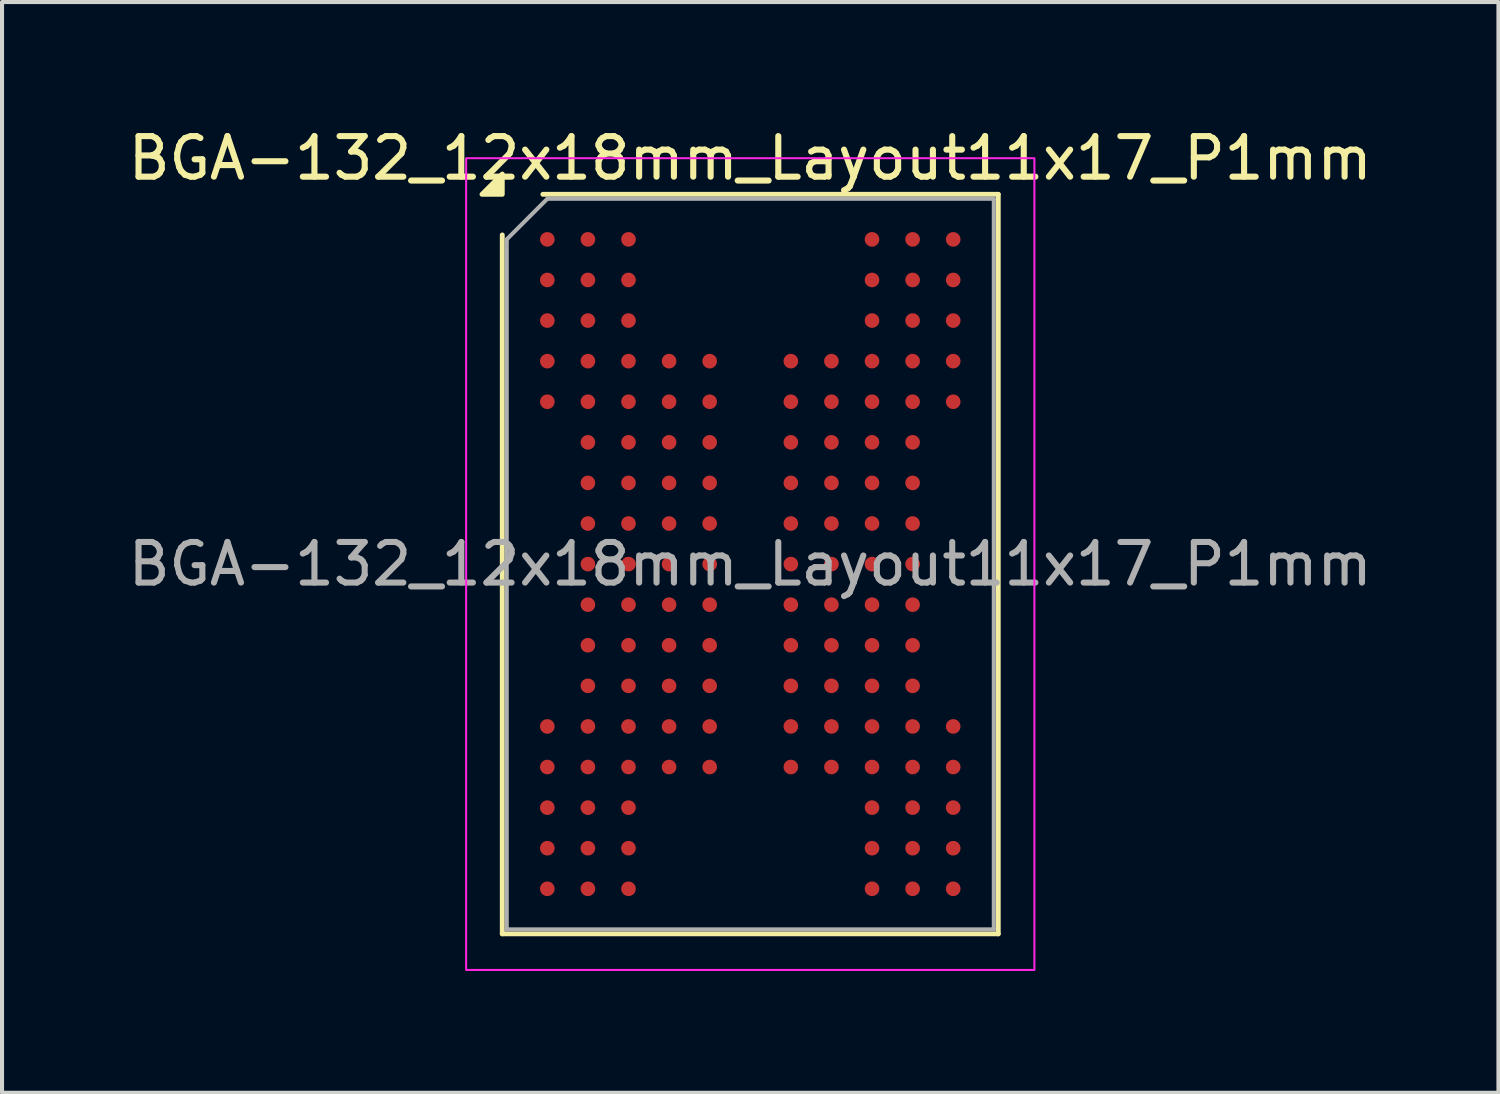
<source format=kicad_pcb>
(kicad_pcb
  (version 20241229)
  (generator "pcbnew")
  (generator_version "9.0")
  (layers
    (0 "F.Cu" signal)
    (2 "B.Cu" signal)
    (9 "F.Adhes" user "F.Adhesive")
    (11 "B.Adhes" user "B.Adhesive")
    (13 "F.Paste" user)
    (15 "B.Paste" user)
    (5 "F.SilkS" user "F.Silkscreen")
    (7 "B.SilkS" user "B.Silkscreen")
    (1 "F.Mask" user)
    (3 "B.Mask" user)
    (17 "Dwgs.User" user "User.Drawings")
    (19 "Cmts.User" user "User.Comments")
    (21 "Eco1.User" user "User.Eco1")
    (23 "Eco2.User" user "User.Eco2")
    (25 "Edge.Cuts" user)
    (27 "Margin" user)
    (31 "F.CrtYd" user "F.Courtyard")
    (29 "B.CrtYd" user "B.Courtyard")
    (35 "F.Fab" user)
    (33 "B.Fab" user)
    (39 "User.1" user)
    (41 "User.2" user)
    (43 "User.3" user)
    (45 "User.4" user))
  (footprint "BGA-132_12x18mm_Layout11x17_P1mm"
    (layer "F.Cu")
    (at 15.435 10.848)
    (property "Reference" "BGA-132_12x18mm_Layout11x17_P1mm" (at 0 -10 0) (layer "F.SilkS") (effects (font (size 1 1) (thickness 0.15))))
    (attr smd)
    (fp_line (start -6.11 9.11) (end -6.11 -8.11) (stroke (width 0.12) (type solid)) (layer "F.SilkS"))
    (fp_line (start -5.11 -9.11) (end 6.11 -9.11) (stroke (width 0.12) (type solid)) (layer "F.SilkS"))
    (fp_line (start 6.11 -9.11) (end 6.11 9.11) (stroke (width 0.12) (type solid)) (layer "F.SilkS"))
    (fp_line (start 6.11 9.11) (end -6.11 9.11) (stroke (width 0.12) (type solid)) (layer "F.SilkS"))
    (fp_poly (pts (xy -6.11 -9.11) (xy -6.61 -9.11) (xy -6.11 -9.61)) (stroke (width 0.12) (type solid)) (fill yes) (layer "F.SilkS"))
    (fp_rect (start -7 -10) (end 7 10) (stroke (width 0.05) (type solid)) (fill no) (layer "F.CrtYd"))
    (fp_line (start -6 -8) (end -5 -9) (stroke (width 0.1) (type solid)) (layer "F.Fab"))
    (fp_line (start -6 9) (end -6 -8) (stroke (width 0.1) (type solid)) (layer "F.Fab"))
    (fp_line (start -5 -9) (end 6 -9) (stroke (width 0.1) (type solid)) (layer "F.Fab"))
    (fp_line (start 6 -9) (end 6 9) (stroke (width 0.1) (type solid)) (layer "F.Fab"))
    (fp_line (start 6 9) (end -6 9) (stroke (width 0.1) (type solid)) (layer "F.Fab"))
    (fp_text user "${REFERENCE}" (at 0 0 0) (layer "F.Fab") (effects (font (size 1 1) (thickness 0.15))))
    (pad "A1" smd circle (at -5 -8) (size 0.36 0.36) (property pad_prop_bga) (layers "F.Cu" "F.Mask" "F.Paste"))
    (pad "A2" smd circle (at -4 -8) (size 0.36 0.36) (property pad_prop_bga) (layers "F.Cu" "F.Mask" "F.Paste"))
    (pad "A3" smd circle (at -3 -8) (size 0.36 0.36) (property pad_prop_bga) (layers "F.Cu" "F.Mask" "F.Paste"))
    (pad "A9" smd circle (at 3 -8) (size 0.36 0.36) (property pad_prop_bga) (layers "F.Cu" "F.Mask" "F.Paste"))
    (pad "A10" smd circle (at 4 -8) (size 0.36 0.36) (property pad_prop_bga) (layers "F.Cu" "F.Mask" "F.Paste"))
    (pad "A11" smd circle (at 5 -8) (size 0.36 0.36) (property pad_prop_bga) (layers "F.Cu" "F.Mask" "F.Paste"))
    (pad "B1" smd circle (at -5 -7) (size 0.36 0.36) (property pad_prop_bga) (layers "F.Cu" "F.Mask" "F.Paste"))
    (pad "B2" smd circle (at -4 -7) (size 0.36 0.36) (property pad_prop_bga) (layers "F.Cu" "F.Mask" "F.Paste"))
    (pad "B3" smd circle (at -3 -7) (size 0.36 0.36) (property pad_prop_bga) (layers "F.Cu" "F.Mask" "F.Paste"))
    (pad "B9" smd circle (at 3 -7) (size 0.36 0.36) (property pad_prop_bga) (layers "F.Cu" "F.Mask" "F.Paste"))
    (pad "B10" smd circle (at 4 -7) (size 0.36 0.36) (property pad_prop_bga) (layers "F.Cu" "F.Mask" "F.Paste"))
    (pad "B11" smd circle (at 5 -7) (size 0.36 0.36) (property pad_prop_bga) (layers "F.Cu" "F.Mask" "F.Paste"))
    (pad "C1" smd circle (at -5 -6) (size 0.36 0.36) (property pad_prop_bga) (layers "F.Cu" "F.Mask" "F.Paste"))
    (pad "C2" smd circle (at -4 -6) (size 0.36 0.36) (property pad_prop_bga) (layers "F.Cu" "F.Mask" "F.Paste"))
    (pad "C3" smd circle (at -3 -6) (size 0.36 0.36) (property pad_prop_bga) (layers "F.Cu" "F.Mask" "F.Paste"))
    (pad "C9" smd circle (at 3 -6) (size 0.36 0.36) (property pad_prop_bga) (layers "F.Cu" "F.Mask" "F.Paste"))
    (pad "C10" smd circle (at 4 -6) (size 0.36 0.36) (property pad_prop_bga) (layers "F.Cu" "F.Mask" "F.Paste"))
    (pad "C11" smd circle (at 5 -6) (size 0.36 0.36) (property pad_prop_bga) (layers "F.Cu" "F.Mask" "F.Paste"))
    (pad "D1" smd circle (at -5 -5) (size 0.36 0.36) (property pad_prop_bga) (layers "F.Cu" "F.Mask" "F.Paste"))
    (pad "D2" smd circle (at -4 -5) (size 0.36 0.36) (property pad_prop_bga) (layers "F.Cu" "F.Mask" "F.Paste"))
    (pad "D3" smd circle (at -3 -5) (size 0.36 0.36) (property pad_prop_bga) (layers "F.Cu" "F.Mask" "F.Paste"))
    (pad "D4" smd circle (at -2 -5) (size 0.36 0.36) (property pad_prop_bga) (layers "F.Cu" "F.Mask" "F.Paste"))
    (pad "D5" smd circle (at -1 -5) (size 0.36 0.36) (property pad_prop_bga) (layers "F.Cu" "F.Mask" "F.Paste"))
    (pad "D7" smd circle (at 1 -5) (size 0.36 0.36) (property pad_prop_bga) (layers "F.Cu" "F.Mask" "F.Paste"))
    (pad "D8" smd circle (at 2 -5) (size 0.36 0.36) (property pad_prop_bga) (layers "F.Cu" "F.Mask" "F.Paste"))
    (pad "D9" smd circle (at 3 -5) (size 0.36 0.36) (property pad_prop_bga) (layers "F.Cu" "F.Mask" "F.Paste"))
    (pad "D10" smd circle (at 4 -5) (size 0.36 0.36) (property pad_prop_bga) (layers "F.Cu" "F.Mask" "F.Paste"))
    (pad "D11" smd circle (at 5 -5) (size 0.36 0.36) (property pad_prop_bga) (layers "F.Cu" "F.Mask" "F.Paste"))
    (pad "E1" smd circle (at -5 -4) (size 0.36 0.36) (property pad_prop_bga) (layers "F.Cu" "F.Mask" "F.Paste"))
    (pad "E2" smd circle (at -4 -4) (size 0.36 0.36) (property pad_prop_bga) (layers "F.Cu" "F.Mask" "F.Paste"))
    (pad "E3" smd circle (at -3 -4) (size 0.36 0.36) (property pad_prop_bga) (layers "F.Cu" "F.Mask" "F.Paste"))
    (pad "E4" smd circle (at -2 -4) (size 0.36 0.36) (property pad_prop_bga) (layers "F.Cu" "F.Mask" "F.Paste"))
    (pad "E5" smd circle (at -1 -4) (size 0.36 0.36) (property pad_prop_bga) (layers "F.Cu" "F.Mask" "F.Paste"))
    (pad "E7" smd circle (at 1 -4) (size 0.36 0.36) (property pad_prop_bga) (layers "F.Cu" "F.Mask" "F.Paste"))
    (pad "E8" smd circle (at 2 -4) (size 0.36 0.36) (property pad_prop_bga) (layers "F.Cu" "F.Mask" "F.Paste"))
    (pad "E9" smd circle (at 3 -4) (size 0.36 0.36) (property pad_prop_bga) (layers "F.Cu" "F.Mask" "F.Paste"))
    (pad "E10" smd circle (at 4 -4) (size 0.36 0.36) (property pad_prop_bga) (layers "F.Cu" "F.Mask" "F.Paste"))
    (pad "E11" smd circle (at 5 -4) (size 0.36 0.36) (property pad_prop_bga) (layers "F.Cu" "F.Mask" "F.Paste"))
    (pad "F2" smd circle (at -4 -3) (size 0.36 0.36) (property pad_prop_bga) (layers "F.Cu" "F.Mask" "F.Paste"))
    (pad "F3" smd circle (at -3 -3) (size 0.36 0.36) (property pad_prop_bga) (layers "F.Cu" "F.Mask" "F.Paste"))
    (pad "F4" smd circle (at -2 -3) (size 0.36 0.36) (property pad_prop_bga) (layers "F.Cu" "F.Mask" "F.Paste"))
    (pad "F5" smd circle (at -1 -3) (size 0.36 0.36) (property pad_prop_bga) (layers "F.Cu" "F.Mask" "F.Paste"))
    (pad "F7" smd circle (at 1 -3) (size 0.36 0.36) (property pad_prop_bga) (layers "F.Cu" "F.Mask" "F.Paste"))
    (pad "F8" smd circle (at 2 -3) (size 0.36 0.36) (property pad_prop_bga) (layers "F.Cu" "F.Mask" "F.Paste"))
    (pad "F9" smd circle (at 3 -3) (size 0.36 0.36) (property pad_prop_bga) (layers "F.Cu" "F.Mask" "F.Paste"))
    (pad "F10" smd circle (at 4 -3) (size 0.36 0.36) (property pad_prop_bga) (layers "F.Cu" "F.Mask" "F.Paste"))
    (pad "G2" smd circle (at -4 -2) (size 0.36 0.36) (property pad_prop_bga) (layers "F.Cu" "F.Mask" "F.Paste"))
    (pad "G3" smd circle (at -3 -2) (size 0.36 0.36) (property pad_prop_bga) (layers "F.Cu" "F.Mask" "F.Paste"))
    (pad "G4" smd circle (at -2 -2) (size 0.36 0.36) (property pad_prop_bga) (layers "F.Cu" "F.Mask" "F.Paste"))
    (pad "G5" smd circle (at -1 -2) (size 0.36 0.36) (property pad_prop_bga) (layers "F.Cu" "F.Mask" "F.Paste"))
    (pad "G7" smd circle (at 1 -2) (size 0.36 0.36) (property pad_prop_bga) (layers "F.Cu" "F.Mask" "F.Paste"))
    (pad "G8" smd circle (at 2 -2) (size 0.36 0.36) (property pad_prop_bga) (layers "F.Cu" "F.Mask" "F.Paste"))
    (pad "G9" smd circle (at 3 -2) (size 0.36 0.36) (property pad_prop_bga) (layers "F.Cu" "F.Mask" "F.Paste"))
    (pad "G10" smd circle (at 4 -2) (size 0.36 0.36) (property pad_prop_bga) (layers "F.Cu" "F.Mask" "F.Paste"))
    (pad "H2" smd circle (at -4 -1) (size 0.36 0.36) (property pad_prop_bga) (layers "F.Cu" "F.Mask" "F.Paste"))
    (pad "H3" smd circle (at -3 -1) (size 0.36 0.36) (property pad_prop_bga) (layers "F.Cu" "F.Mask" "F.Paste"))
    (pad "H4" smd circle (at -2 -1) (size 0.36 0.36) (property pad_prop_bga) (layers "F.Cu" "F.Mask" "F.Paste"))
    (pad "H5" smd circle (at -1 -1) (size 0.36 0.36) (property pad_prop_bga) (layers "F.Cu" "F.Mask" "F.Paste"))
    (pad "H7" smd circle (at 1 -1) (size 0.36 0.36) (property pad_prop_bga) (layers "F.Cu" "F.Mask" "F.Paste"))
    (pad "H8" smd circle (at 2 -1) (size 0.36 0.36) (property pad_prop_bga) (layers "F.Cu" "F.Mask" "F.Paste"))
    (pad "H9" smd circle (at 3 -1) (size 0.36 0.36) (property pad_prop_bga) (layers "F.Cu" "F.Mask" "F.Paste"))
    (pad "H10" smd circle (at 4 -1) (size 0.36 0.36) (property pad_prop_bga) (layers "F.Cu" "F.Mask" "F.Paste"))
    (pad "J2" smd circle (at -4 0) (size 0.36 0.36) (property pad_prop_bga) (layers "F.Cu" "F.Mask" "F.Paste"))
    (pad "J3" smd circle (at -3 0) (size 0.36 0.36) (property pad_prop_bga) (layers "F.Cu" "F.Mask" "F.Paste"))
    (pad "J4" smd circle (at -2 0) (size 0.36 0.36) (property pad_prop_bga) (layers "F.Cu" "F.Mask" "F.Paste"))
    (pad "J5" smd circle (at -1 0) (size 0.36 0.36) (property pad_prop_bga) (layers "F.Cu" "F.Mask" "F.Paste"))
    (pad "J7" smd circle (at 1 0) (size 0.36 0.36) (property pad_prop_bga) (layers "F.Cu" "F.Mask" "F.Paste"))
    (pad "J8" smd circle (at 2 0) (size 0.36 0.36) (property pad_prop_bga) (layers "F.Cu" "F.Mask" "F.Paste"))
    (pad "J9" smd circle (at 3 0) (size 0.36 0.36) (property pad_prop_bga) (layers "F.Cu" "F.Mask" "F.Paste"))
    (pad "J10" smd circle (at 4 0) (size 0.36 0.36) (property pad_prop_bga) (layers "F.Cu" "F.Mask" "F.Paste"))
    (pad "K2" smd circle (at -4 1) (size 0.36 0.36) (property pad_prop_bga) (layers "F.Cu" "F.Mask" "F.Paste"))
    (pad "K3" smd circle (at -3 1) (size 0.36 0.36) (property pad_prop_bga) (layers "F.Cu" "F.Mask" "F.Paste"))
    (pad "K4" smd circle (at -2 1) (size 0.36 0.36) (property pad_prop_bga) (layers "F.Cu" "F.Mask" "F.Paste"))
    (pad "K5" smd circle (at -1 1) (size 0.36 0.36) (property pad_prop_bga) (layers "F.Cu" "F.Mask" "F.Paste"))
    (pad "K7" smd circle (at 1 1) (size 0.36 0.36) (property pad_prop_bga) (layers "F.Cu" "F.Mask" "F.Paste"))
    (pad "K8" smd circle (at 2 1) (size 0.36 0.36) (property pad_prop_bga) (layers "F.Cu" "F.Mask" "F.Paste"))
    (pad "K9" smd circle (at 3 1) (size 0.36 0.36) (property pad_prop_bga) (layers "F.Cu" "F.Mask" "F.Paste"))
    (pad "K10" smd circle (at 4 1) (size 0.36 0.36) (property pad_prop_bga) (layers "F.Cu" "F.Mask" "F.Paste"))
    (pad "L2" smd circle (at -4 2) (size 0.36 0.36) (property pad_prop_bga) (layers "F.Cu" "F.Mask" "F.Paste"))
    (pad "L3" smd circle (at -3 2) (size 0.36 0.36) (property pad_prop_bga) (layers "F.Cu" "F.Mask" "F.Paste"))
    (pad "L4" smd circle (at -2 2) (size 0.36 0.36) (property pad_prop_bga) (layers "F.Cu" "F.Mask" "F.Paste"))
    (pad "L5" smd circle (at -1 2) (size 0.36 0.36) (property pad_prop_bga) (layers "F.Cu" "F.Mask" "F.Paste"))
    (pad "L7" smd circle (at 1 2) (size 0.36 0.36) (property pad_prop_bga) (layers "F.Cu" "F.Mask" "F.Paste"))
    (pad "L8" smd circle (at 2 2) (size 0.36 0.36) (property pad_prop_bga) (layers "F.Cu" "F.Mask" "F.Paste"))
    (pad "L9" smd circle (at 3 2) (size 0.36 0.36) (property pad_prop_bga) (layers "F.Cu" "F.Mask" "F.Paste"))
    (pad "L10" smd circle (at 4 2) (size 0.36 0.36) (property pad_prop_bga) (layers "F.Cu" "F.Mask" "F.Paste"))
    (pad "M2" smd circle (at -4 3) (size 0.36 0.36) (property pad_prop_bga) (layers "F.Cu" "F.Mask" "F.Paste"))
    (pad "M3" smd circle (at -3 3) (size 0.36 0.36) (property pad_prop_bga) (layers "F.Cu" "F.Mask" "F.Paste"))
    (pad "M4" smd circle (at -2 3) (size 0.36 0.36) (property pad_prop_bga) (layers "F.Cu" "F.Mask" "F.Paste"))
    (pad "M5" smd circle (at -1 3) (size 0.36 0.36) (property pad_prop_bga) (layers "F.Cu" "F.Mask" "F.Paste"))
    (pad "M7" smd circle (at 1 3) (size 0.36 0.36) (property pad_prop_bga) (layers "F.Cu" "F.Mask" "F.Paste"))
    (pad "M8" smd circle (at 2 3) (size 0.36 0.36) (property pad_prop_bga) (layers "F.Cu" "F.Mask" "F.Paste"))
    (pad "M9" smd circle (at 3 3) (size 0.36 0.36) (property pad_prop_bga) (layers "F.Cu" "F.Mask" "F.Paste"))
    (pad "M10" smd circle (at 4 3) (size 0.36 0.36) (property pad_prop_bga) (layers "F.Cu" "F.Mask" "F.Paste"))
    (pad "N1" smd circle (at -5 4) (size 0.36 0.36) (property pad_prop_bga) (layers "F.Cu" "F.Mask" "F.Paste"))
    (pad "N2" smd circle (at -4 4) (size 0.36 0.36) (property pad_prop_bga) (layers "F.Cu" "F.Mask" "F.Paste"))
    (pad "N3" smd circle (at -3 4) (size 0.36 0.36) (property pad_prop_bga) (layers "F.Cu" "F.Mask" "F.Paste"))
    (pad "N4" smd circle (at -2 4) (size 0.36 0.36) (property pad_prop_bga) (layers "F.Cu" "F.Mask" "F.Paste"))
    (pad "N5" smd circle (at -1 4) (size 0.36 0.36) (property pad_prop_bga) (layers "F.Cu" "F.Mask" "F.Paste"))
    (pad "N7" smd circle (at 1 4) (size 0.36 0.36) (property pad_prop_bga) (layers "F.Cu" "F.Mask" "F.Paste"))
    (pad "N8" smd circle (at 2 4) (size 0.36 0.36) (property pad_prop_bga) (layers "F.Cu" "F.Mask" "F.Paste"))
    (pad "N9" smd circle (at 3 4) (size 0.36 0.36) (property pad_prop_bga) (layers "F.Cu" "F.Mask" "F.Paste"))
    (pad "N10" smd circle (at 4 4) (size 0.36 0.36) (property pad_prop_bga) (layers "F.Cu" "F.Mask" "F.Paste"))
    (pad "N11" smd circle (at 5 4) (size 0.36 0.36) (property pad_prop_bga) (layers "F.Cu" "F.Mask" "F.Paste"))
    (pad "P1" smd circle (at -5 5) (size 0.36 0.36) (property pad_prop_bga) (layers "F.Cu" "F.Mask" "F.Paste"))
    (pad "P2" smd circle (at -4 5) (size 0.36 0.36) (property pad_prop_bga) (layers "F.Cu" "F.Mask" "F.Paste"))
    (pad "P3" smd circle (at -3 5) (size 0.36 0.36) (property pad_prop_bga) (layers "F.Cu" "F.Mask" "F.Paste"))
    (pad "P4" smd circle (at -2 5) (size 0.36 0.36) (property pad_prop_bga) (layers "F.Cu" "F.Mask" "F.Paste"))
    (pad "P5" smd circle (at -1 5) (size 0.36 0.36) (property pad_prop_bga) (layers "F.Cu" "F.Mask" "F.Paste"))
    (pad "P7" smd circle (at 1 5) (size 0.36 0.36) (property pad_prop_bga) (layers "F.Cu" "F.Mask" "F.Paste"))
    (pad "P8" smd circle (at 2 5) (size 0.36 0.36) (property pad_prop_bga) (layers "F.Cu" "F.Mask" "F.Paste"))
    (pad "P9" smd circle (at 3 5) (size 0.36 0.36) (property pad_prop_bga) (layers "F.Cu" "F.Mask" "F.Paste"))
    (pad "P10" smd circle (at 4 5) (size 0.36 0.36) (property pad_prop_bga) (layers "F.Cu" "F.Mask" "F.Paste"))
    (pad "P11" smd circle (at 5 5) (size 0.36 0.36) (property pad_prop_bga) (layers "F.Cu" "F.Mask" "F.Paste"))
    (pad "R1" smd circle (at -5 6) (size 0.36 0.36) (property pad_prop_bga) (layers "F.Cu" "F.Mask" "F.Paste"))
    (pad "R2" smd circle (at -4 6) (size 0.36 0.36) (property pad_prop_bga) (layers "F.Cu" "F.Mask" "F.Paste"))
    (pad "R3" smd circle (at -3 6) (size 0.36 0.36) (property pad_prop_bga) (layers "F.Cu" "F.Mask" "F.Paste"))
    (pad "R9" smd circle (at 3 6) (size 0.36 0.36) (property pad_prop_bga) (layers "F.Cu" "F.Mask" "F.Paste"))
    (pad "R10" smd circle (at 4 6) (size 0.36 0.36) (property pad_prop_bga) (layers "F.Cu" "F.Mask" "F.Paste"))
    (pad "R11" smd circle (at 5 6) (size 0.36 0.36) (property pad_prop_bga) (layers "F.Cu" "F.Mask" "F.Paste"))
    (pad "T1" smd circle (at -5 7) (size 0.36 0.36) (property pad_prop_bga) (layers "F.Cu" "F.Mask" "F.Paste"))
    (pad "T2" smd circle (at -4 7) (size 0.36 0.36) (property pad_prop_bga) (layers "F.Cu" "F.Mask" "F.Paste"))
    (pad "T3" smd circle (at -3 7) (size 0.36 0.36) (property pad_prop_bga) (layers "F.Cu" "F.Mask" "F.Paste"))
    (pad "T9" smd circle (at 3 7) (size 0.36 0.36) (property pad_prop_bga) (layers "F.Cu" "F.Mask" "F.Paste"))
    (pad "T10" smd circle (at 4 7) (size 0.36 0.36) (property pad_prop_bga) (layers "F.Cu" "F.Mask" "F.Paste"))
    (pad "T11" smd circle (at 5 7) (size 0.36 0.36) (property pad_prop_bga) (layers "F.Cu" "F.Mask" "F.Paste"))
    (pad "U1" smd circle (at -5 8) (size 0.36 0.36) (property pad_prop_bga) (layers "F.Cu" "F.Mask" "F.Paste"))
    (pad "U2" smd circle (at -4 8) (size 0.36 0.36) (property pad_prop_bga) (layers "F.Cu" "F.Mask" "F.Paste"))
    (pad "U3" smd circle (at -3 8) (size 0.36 0.36) (property pad_prop_bga) (layers "F.Cu" "F.Mask" "F.Paste"))
    (pad "U9" smd circle (at 3 8) (size 0.36 0.36) (property pad_prop_bga) (layers "F.Cu" "F.Mask" "F.Paste"))
    (pad "U10" smd circle (at 4 8) (size 0.36 0.36) (property pad_prop_bga) (layers "F.Cu" "F.Mask" "F.Paste"))
    (pad "U11" smd circle (at 5 8) (size 0.36 0.36) (property pad_prop_bga) (layers "F.Cu" "F.Mask" "F.Paste")))
  (gr_rect
    (start -3 -3)
    (end 33.869 23.873)
    (stroke (width 0.1) (type default))
    (fill no)
    (layer "Edge.Cuts")))
</source>
